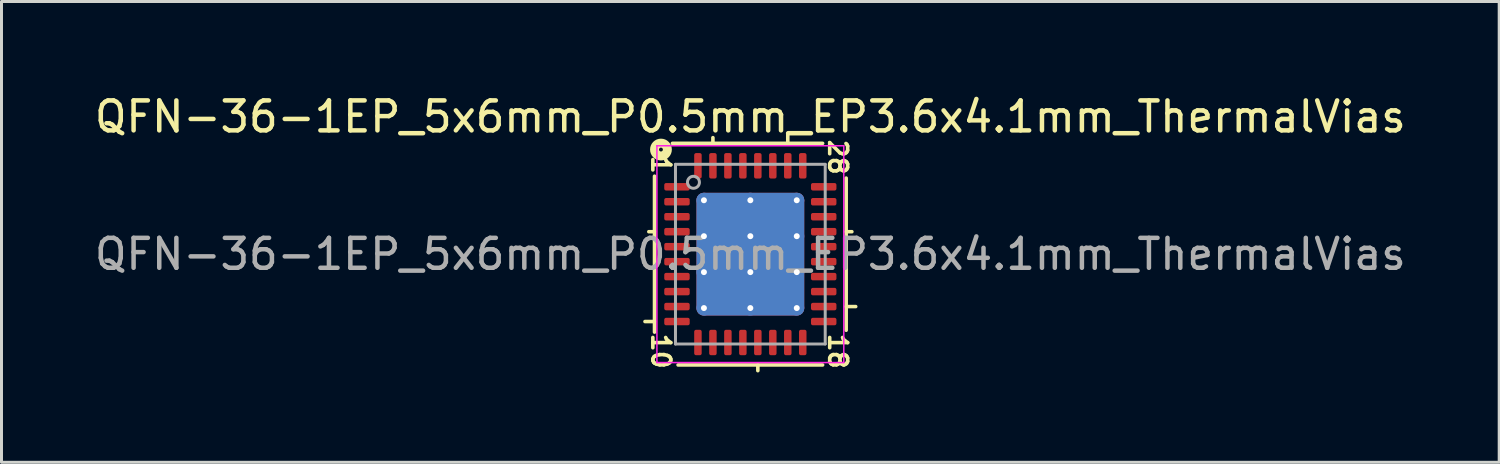
<source format=kicad_pcb>
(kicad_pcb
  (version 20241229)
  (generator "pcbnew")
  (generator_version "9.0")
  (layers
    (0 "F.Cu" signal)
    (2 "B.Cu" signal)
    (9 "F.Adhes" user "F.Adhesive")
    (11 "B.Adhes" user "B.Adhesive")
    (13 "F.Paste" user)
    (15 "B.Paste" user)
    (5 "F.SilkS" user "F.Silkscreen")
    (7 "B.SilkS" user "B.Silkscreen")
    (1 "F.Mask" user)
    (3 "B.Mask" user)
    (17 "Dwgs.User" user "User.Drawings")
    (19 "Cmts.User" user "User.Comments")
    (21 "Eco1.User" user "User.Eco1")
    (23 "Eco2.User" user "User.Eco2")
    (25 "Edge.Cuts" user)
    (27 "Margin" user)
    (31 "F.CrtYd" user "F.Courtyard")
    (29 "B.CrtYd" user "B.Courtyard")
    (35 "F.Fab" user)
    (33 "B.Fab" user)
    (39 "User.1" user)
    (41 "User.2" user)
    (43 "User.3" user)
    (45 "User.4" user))
  (footprint "QFN-36-1EP_5x6mm_P0.5mm_EP3.6x4.1mm_ThermalVias"
    (layer "F.Cu")
    (at 22.006 5.437)
    (property "Reference" "QFN-36-1EP_5x6mm_P0.5mm_EP3.6x4.1mm_ThermalVias" (at 0 -4.589 0) (layer "F.SilkS") (effects (font (size 1 1) (thickness 0.15))))
    (attr smd)
    (fp_line (start -3.2 -2.603) (end -3.2 2.603) (stroke (width 0.12) (type solid)) (layer "F.SilkS"))
    (fp_line (start -3.2 -0.75) (end -3.39 -0.75) (stroke (width 0.12) (type solid)) (layer "F.SilkS"))
    (fp_line (start -3.2 2.25) (end -3.518 2.25) (stroke (width 0.12) (type solid)) (layer "F.SilkS"))
    (fp_line (start -2.413 3.7) (end 2.413 3.7) (stroke (width 0.12) (type solid)) (layer "F.SilkS"))
    (fp_line (start -1.25 -3.7) (end -1.25 -3.89) (stroke (width 0.12) (type solid)) (layer "F.SilkS"))
    (fp_line (start 0.25 3.7) (end 0.25 3.89) (stroke (width 0.12) (type solid)) (layer "F.SilkS"))
    (fp_line (start 1.25 -3.7) (end 1.25 -4.018) (stroke (width 0.12) (type solid)) (layer "F.SilkS"))
    (fp_line (start 2.413 -3.7) (end -2.603 -3.7) (stroke (width 0.12) (type solid)) (layer "F.SilkS"))
    (fp_line (start 3.2 -0.75) (end 3.39 -0.75) (stroke (width 0.12) (type solid)) (layer "F.SilkS"))
    (fp_line (start 3.2 1.75) (end 3.518 1.75) (stroke (width 0.12) (type solid)) (layer "F.SilkS"))
    (fp_line (start 3.2 2.54) (end 3.2 -2.54) (stroke (width 0.12) (type solid)) (layer "F.SilkS"))
    (fp_circle (center -2.985 -3.493) (end -2.921 -3.493) (stroke (width 0.3) (type solid)) (fill no) (layer "F.SilkS"))
    (fp_line (start -3.12 -3.62) (end -3.12 3.62) (stroke (width 0.05) (type solid)) (layer "F.CrtYd"))
    (fp_line (start -3.12 3.62) (end 3.12 3.62) (stroke (width 0.05) (type solid)) (layer "F.CrtYd"))
    (fp_line (start 3.12 -3.62) (end -3.12 -3.62) (stroke (width 0.05) (type solid)) (layer "F.CrtYd"))
    (fp_line (start 3.12 3.62) (end 3.12 -3.62) (stroke (width 0.05) (type solid)) (layer "F.CrtYd"))
    (fp_line (start -2.5 -3) (end 2.5 -3) (stroke (width 0.1) (type solid)) (layer "F.Fab"))
    (fp_line (start -2.5 3) (end -2.5 -3) (stroke (width 0.1) (type solid)) (layer "F.Fab"))
    (fp_line (start 2.5 -3) (end 2.5 3) (stroke (width 0.1) (type solid)) (layer "F.Fab"))
    (fp_line (start 2.5 3) (end -2.5 3) (stroke (width 0.1) (type solid)) (layer "F.Fab"))
    (fp_circle (center -1.9 -2.4) (end -1.7 -2.4) (stroke (width 0.1) (type solid)) (fill no) (layer "F.Fab"))
    (fp_text user "1" (at -2.985 -2.985 270) (unlocked yes) (layer "F.SilkS") (effects (font (size 0.6 0.6) (thickness 0.12))))
    (fp_text user "10" (at -2.985 3.239 270) (unlocked yes) (layer "F.SilkS") (effects (font (size 0.6 0.6) (thickness 0.12))))
    (fp_text user "18" (at 2.921 3.239 270) (unlocked yes) (layer "F.SilkS") (effects (font (size 0.6 0.6) (thickness 0.12))))
    (fp_text user "28" (at 2.921 -3.239 270) (unlocked yes) (layer "F.SilkS") (effects (font (size 0.6 0.6) (thickness 0.12))))
    (fp_text user "${REFERENCE}" (at 0 0 0) (layer "F.Fab") (effects (font (size 1 1) (thickness 0.15))))
    (pad "" smd roundrect (at -0.775 -1.2) (size 1.394 1.059) (layers "F.Paste") (roundrect_rratio 0.236))
    (pad "" smd roundrect (at -0.775 0) (size 1.394 1.059) (layers "F.Paste") (roundrect_rratio 0.236))
    (pad "" smd roundrect (at -0.775 1.2) (size 1.394 1.059) (layers "F.Paste") (roundrect_rratio 0.236))
    (pad "" smd roundrect (at 0.775 -1.2) (size 1.394 1.059) (layers "F.Paste") (roundrect_rratio 0.236))
    (pad "" smd roundrect (at 0.775 0) (size 1.394 1.059) (layers "F.Paste") (roundrect_rratio 0.236))
    (pad "" smd roundrect (at 0.775 1.2) (size 1.394 1.059) (layers "F.Paste") (roundrect_rratio 0.236))
    (pad "1" smd roundrect (at -2.45 -2.25) (size 0.85 0.25) (layers "F.Cu" "F.Mask" "F.Paste") (roundrect_rratio 0.25))
    (pad "2" smd roundrect (at -2.45 -1.75) (size 0.85 0.25) (layers "F.Cu" "F.Mask" "F.Paste") (roundrect_rratio 0.25))
    (pad "3" smd roundrect (at -2.45 -1.25) (size 0.85 0.25) (layers "F.Cu" "F.Mask" "F.Paste") (roundrect_rratio 0.25))
    (pad "4" smd roundrect (at -2.45 -0.75) (size 0.85 0.25) (layers "F.Cu" "F.Mask" "F.Paste") (roundrect_rratio 0.25))
    (pad "5" smd roundrect (at -2.45 -0.25) (size 0.85 0.25) (layers "F.Cu" "F.Mask" "F.Paste") (roundrect_rratio 0.25))
    (pad "6" smd roundrect (at -2.45 0.25) (size 0.85 0.25) (layers "F.Cu" "F.Mask" "F.Paste") (roundrect_rratio 0.25))
    (pad "7" smd roundrect (at -2.45 0.75) (size 0.85 0.25) (layers "F.Cu" "F.Mask" "F.Paste") (roundrect_rratio 0.25))
    (pad "8" smd roundrect (at -2.45 1.25) (size 0.85 0.25) (layers "F.Cu" "F.Mask" "F.Paste") (roundrect_rratio 0.25))
    (pad "9" smd roundrect (at -2.45 1.75) (size 0.85 0.25) (layers "F.Cu" "F.Mask" "F.Paste") (roundrect_rratio 0.25))
    (pad "10" smd roundrect (at -2.45 2.25) (size 0.85 0.25) (layers "F.Cu" "F.Mask" "F.Paste") (roundrect_rratio 0.25))
    (pad "11" smd roundrect (at -1.75 2.95) (size 0.25 0.85) (layers "F.Cu" "F.Mask" "F.Paste") (roundrect_rratio 0.25))
    (pad "12" smd roundrect (at -1.25 2.95) (size 0.25 0.85) (layers "F.Cu" "F.Mask" "F.Paste") (roundrect_rratio 0.25))
    (pad "13" smd roundrect (at -0.75 2.95) (size 0.25 0.85) (layers "F.Cu" "F.Mask" "F.Paste") (roundrect_rratio 0.25))
    (pad "14" smd roundrect (at -0.25 2.95) (size 0.25 0.85) (layers "F.Cu" "F.Mask" "F.Paste") (roundrect_rratio 0.25))
    (pad "15" smd roundrect (at 0.25 2.95) (size 0.25 0.85) (layers "F.Cu" "F.Mask" "F.Paste") (roundrect_rratio 0.25))
    (pad "16" smd roundrect (at 0.75 2.95) (size 0.25 0.85) (layers "F.Cu" "F.Mask" "F.Paste") (roundrect_rratio 0.25))
    (pad "17" smd roundrect (at 1.25 2.95) (size 0.25 0.85) (layers "F.Cu" "F.Mask" "F.Paste") (roundrect_rratio 0.25))
    (pad "18" smd roundrect (at 1.75 2.95) (size 0.25 0.85) (layers "F.Cu" "F.Mask" "F.Paste") (roundrect_rratio 0.25))
    (pad "19" smd roundrect (at 2.45 2.25) (size 0.85 0.25) (layers "F.Cu" "F.Mask" "F.Paste") (roundrect_rratio 0.25))
    (pad "20" smd roundrect (at 2.45 1.75) (size 0.85 0.25) (layers "F.Cu" "F.Mask" "F.Paste") (roundrect_rratio 0.25))
    (pad "21" smd roundrect (at 2.45 1.25) (size 0.85 0.25) (layers "F.Cu" "F.Mask" "F.Paste") (roundrect_rratio 0.25))
    (pad "22" smd roundrect (at 2.45 0.75) (size 0.85 0.25) (layers "F.Cu" "F.Mask" "F.Paste") (roundrect_rratio 0.25))
    (pad "23" smd roundrect (at 2.45 0.25) (size 0.85 0.25) (layers "F.Cu" "F.Mask" "F.Paste") (roundrect_rratio 0.25))
    (pad "24" smd roundrect (at 2.45 -0.25) (size 0.85 0.25) (layers "F.Cu" "F.Mask" "F.Paste") (roundrect_rratio 0.25))
    (pad "25" smd roundrect (at 2.45 -0.75) (size 0.85 0.25) (layers "F.Cu" "F.Mask" "F.Paste") (roundrect_rratio 0.25))
    (pad "26" smd roundrect (at 2.45 -1.25) (size 0.85 0.25) (layers "F.Cu" "F.Mask" "F.Paste") (roundrect_rratio 0.25))
    (pad "27" smd roundrect (at 2.45 -1.75) (size 0.85 0.25) (layers "F.Cu" "F.Mask" "F.Paste") (roundrect_rratio 0.25))
    (pad "28" smd roundrect (at 2.45 -2.25) (size 0.85 0.25) (layers "F.Cu" "F.Mask" "F.Paste") (roundrect_rratio 0.25))
    (pad "29" smd roundrect (at 1.75 -2.95) (size 0.25 0.85) (layers "F.Cu" "F.Mask" "F.Paste") (roundrect_rratio 0.25))
    (pad "30" smd roundrect (at 1.25 -2.95) (size 0.25 0.85) (layers "F.Cu" "F.Mask" "F.Paste") (roundrect_rratio 0.25))
    (pad "31" smd roundrect (at 0.75 -2.95) (size 0.25 0.85) (layers "F.Cu" "F.Mask" "F.Paste") (roundrect_rratio 0.25))
    (pad "32" smd roundrect (at 0.25 -2.95) (size 0.25 0.85) (layers "F.Cu" "F.Mask" "F.Paste") (roundrect_rratio 0.25))
    (pad "33" smd roundrect (at -0.25 -2.95) (size 0.25 0.85) (layers "F.Cu" "F.Mask" "F.Paste") (roundrect_rratio 0.25))
    (pad "34" smd roundrect (at -0.75 -2.95) (size 0.25 0.85) (layers "F.Cu" "F.Mask" "F.Paste") (roundrect_rratio 0.25))
    (pad "35" smd roundrect (at -1.25 -2.95) (size 0.25 0.85) (layers "F.Cu" "F.Mask" "F.Paste") (roundrect_rratio 0.25))
    (pad "36" smd roundrect (at -1.75 -2.95) (size 0.25 0.85) (layers "F.Cu" "F.Mask" "F.Paste") (roundrect_rratio 0.25))
    (pad "37" thru_hole circle (at -1.55 -1.8) (size 0.5 0.5) (drill 0.2) (property pad_prop_heatsink) (layers "*.Cu"))
    (pad "37" thru_hole circle (at -1.55 -0.6) (size 0.5 0.5) (drill 0.2) (property pad_prop_heatsink) (layers "*.Cu"))
    (pad "37" thru_hole circle (at -1.55 0.6) (size 0.5 0.5) (drill 0.2) (property pad_prop_heatsink) (layers "*.Cu"))
    (pad "37" thru_hole circle (at -1.55 1.8) (size 0.5 0.5) (drill 0.2) (property pad_prop_heatsink) (layers "*.Cu"))
    (pad "37" thru_hole circle (at 0 -1.8) (size 0.5 0.5) (drill 0.2) (property pad_prop_heatsink) (layers "*.Cu"))
    (pad "37" thru_hole circle (at 0 -0.6) (size 0.5 0.5) (drill 0.2) (property pad_prop_heatsink) (layers "*.Cu"))
    (pad "37" smd roundrect (at 0 0) (size 3.6 4.1) (layers "F.Cu" "F.Mask") (roundrect_rratio 0.069))
    (pad "37" smd roundrect (at 0 0) (size 3.6 4.1) (layers "B.Cu" "B.Mask") (roundrect_rratio 0.069))
    (pad "37" thru_hole circle (at 0 0.6) (size 0.5 0.5) (drill 0.2) (property pad_prop_heatsink) (layers "*.Cu"))
    (pad "37" thru_hole circle (at 0 1.8) (size 0.5 0.5) (drill 0.2) (property pad_prop_heatsink) (layers "*.Cu"))
    (pad "37" thru_hole circle (at 1.55 -1.8) (size 0.5 0.5) (drill 0.2) (property pad_prop_heatsink) (layers "*.Cu"))
    (pad "37" thru_hole circle (at 1.55 -0.6) (size 0.5 0.5) (drill 0.2) (property pad_prop_heatsink) (layers "*.Cu"))
    (pad "37" thru_hole circle (at 1.55 0.6) (size 0.5 0.5) (drill 0.2) (property pad_prop_heatsink) (layers "*.Cu"))
    (pad "37" thru_hole circle (at 1.55 1.8) (size 0.5 0.5) (drill 0.2) (property pad_prop_heatsink) (layers "*.Cu")))
  (gr_rect
    (start -3 -3)
    (end 47.012 12.388)
    (stroke (width 0.1) (type default))
    (fill no)
    (layer "Edge.Cuts")))
</source>
